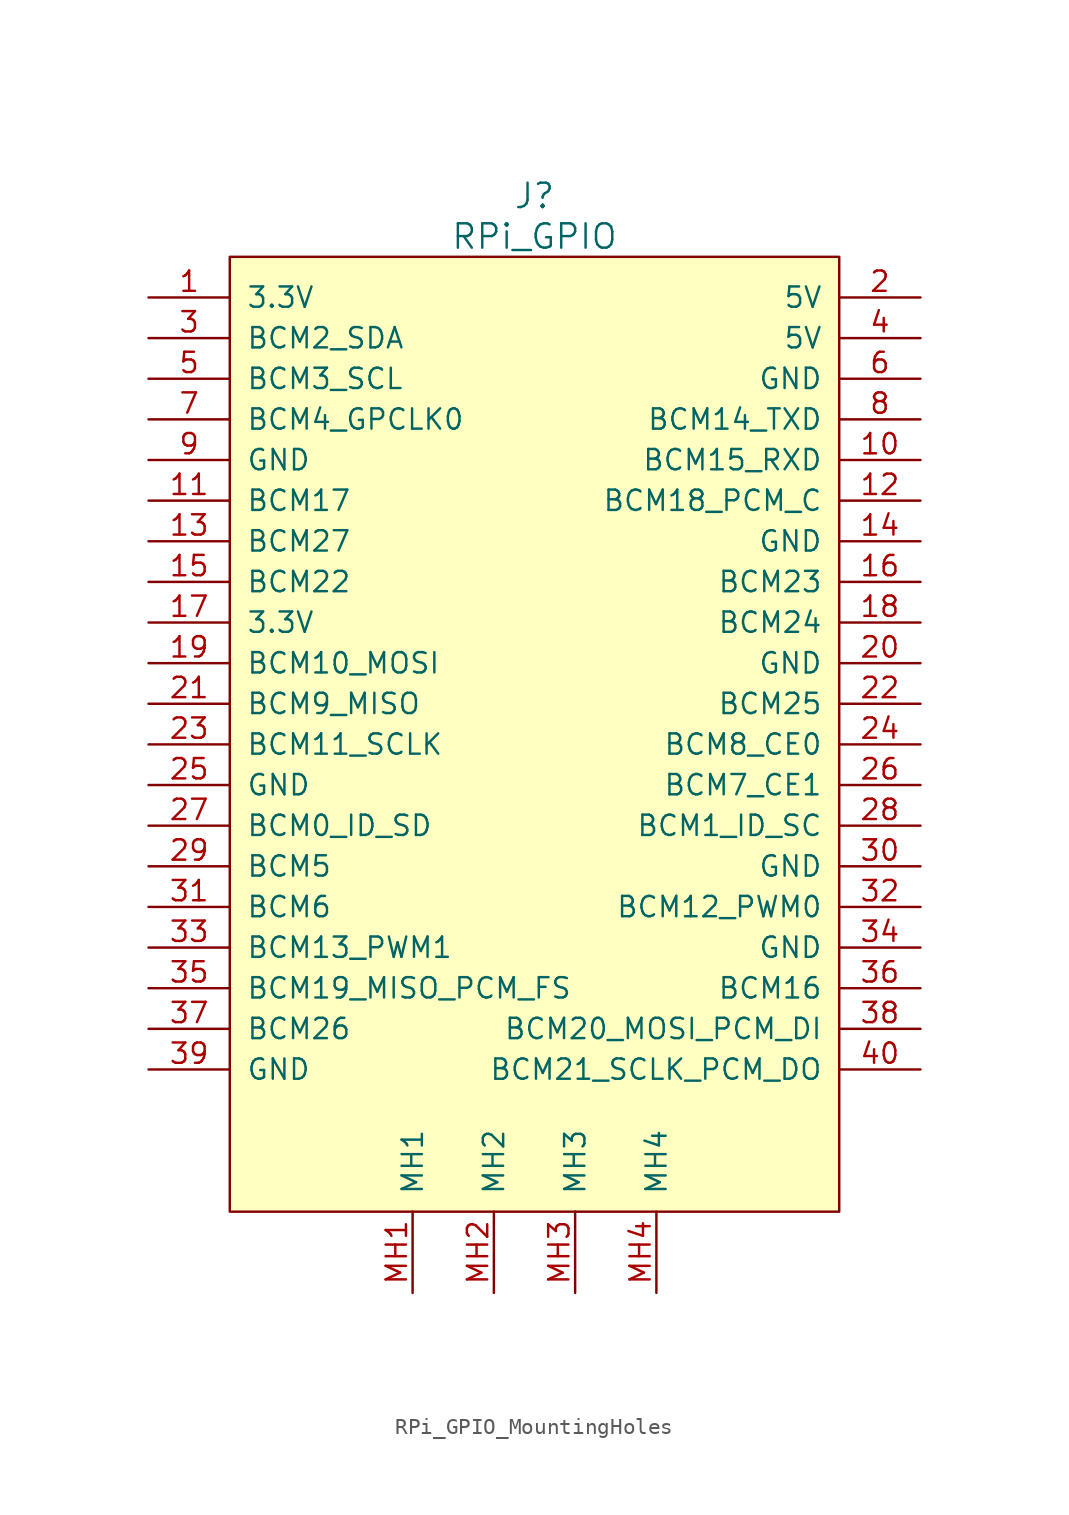
<source format=kicad_sym>
(kicad_symbol_lib
  (version 20231120)
  (generator "kicad_symbol_editor")
  (generator_version "8.0")
  (symbol "RPi_GPIO_MountingHoles"
    (pin_names
      (offset 1.016))
    (property "Reference" "J"
      (at 19.05 6.35 0)
      (effects (font (size 1.524 1.524))))
    (property "Value" "RPi_GPIO"
      (at 19.05 3.81 0)
      (effects (font (size 1.524 1.524))))
    (property "Footprint" ""
      (at 0 0 0)
      (effects (font (size 1.524 1.524))))
    (property "Datasheet" ""
      (at 0 0 0)
      (effects (font (size 1.524 1.524))))
    (symbol "RPi_GPIO_MountingHoles_1_1"
      (rectangle (start 0 2.54) (end 38.1 -57.15) (stroke (width 0) (type solid)) (fill (type background)))
      (pin power_in line (at -5.08 0 0) (length 5.08) (name "3.3V" (effects (font (size 1.27 1.27)))) (number "1" (effects (font (size 1.27 1.27)))))
      (pin bidirectional line (at 43.18 -10.16 180) (length 5.08) (name "BCM15_RXD" (effects (font (size 1.27 1.27)))) (number "10" (effects (font (size 1.27 1.27)))))
      (pin bidirectional line (at -5.08 -12.7 0) (length 5.08) (name "BCM17" (effects (font (size 1.27 1.27)))) (number "11" (effects (font (size 1.27 1.27)))))
      (pin bidirectional line (at 43.18 -12.7 180) (length 5.08) (name "BCM18_PCM_C" (effects (font (size 1.27 1.27)))) (number "12" (effects (font (size 1.27 1.27)))))
      (pin bidirectional line (at -5.08 -15.24 0) (length 5.08) (name "BCM27" (effects (font (size 1.27 1.27)))) (number "13" (effects (font (size 1.27 1.27)))))
      (pin power_in line (at 43.18 -15.24 180) (length 5.08) (name "GND" (effects (font (size 1.27 1.27)))) (number "14" (effects (font (size 1.27 1.27)))))
      (pin bidirectional line (at -5.08 -17.78 0) (length 5.08) (name "BCM22" (effects (font (size 1.27 1.27)))) (number "15" (effects (font (size 1.27 1.27)))))
      (pin bidirectional line (at 43.18 -17.78 180) (length 5.08) (name "BCM23" (effects (font (size 1.27 1.27)))) (number "16" (effects (font (size 1.27 1.27)))))
      (pin power_in line (at -5.08 -20.32 0) (length 5.08) (name "3.3V" (effects (font (size 1.27 1.27)))) (number "17" (effects (font (size 1.27 1.27)))))
      (pin bidirectional line (at 43.18 -20.32 180) (length 5.08) (name "BCM24" (effects (font (size 1.27 1.27)))) (number "18" (effects (font (size 1.27 1.27)))))
      (pin bidirectional line (at -5.08 -22.86 0) (length 5.08) (name "BCM10_MOSI" (effects (font (size 1.27 1.27)))) (number "19" (effects (font (size 1.27 1.27)))))
      (pin power_in line (at 43.18 0 180) (length 5.08) (name "5V" (effects (font (size 1.27 1.27)))) (number "2" (effects (font (size 1.27 1.27)))))
      (pin power_in line (at 43.18 -22.86 180) (length 5.08) (name "GND" (effects (font (size 1.27 1.27)))) (number "20" (effects (font (size 1.27 1.27)))))
      (pin bidirectional line (at -5.08 -25.4 0) (length 5.08) (name "BCM9_MISO" (effects (font (size 1.27 1.27)))) (number "21" (effects (font (size 1.27 1.27)))))
      (pin bidirectional line (at 43.18 -25.4 180) (length 5.08) (name "BCM25" (effects (font (size 1.27 1.27)))) (number "22" (effects (font (size 1.27 1.27)))))
      (pin bidirectional line (at -5.08 -27.94 0) (length 5.08) (name "BCM11_SCLK" (effects (font (size 1.27 1.27)))) (number "23" (effects (font (size 1.27 1.27)))))
      (pin bidirectional line (at 43.18 -27.94 180) (length 5.08) (name "BCM8_CE0" (effects (font (size 1.27 1.27)))) (number "24" (effects (font (size 1.27 1.27)))))
      (pin power_in line (at -5.08 -30.48 0) (length 5.08) (name "GND" (effects (font (size 1.27 1.27)))) (number "25" (effects (font (size 1.27 1.27)))))
      (pin bidirectional line (at 43.18 -30.48 180) (length 5.08) (name "BCM7_CE1" (effects (font (size 1.27 1.27)))) (number "26" (effects (font (size 1.27 1.27)))))
      (pin bidirectional line (at -5.08 -33.02 0) (length 5.08) (name "BCM0_ID_SD" (effects (font (size 1.27 1.27)))) (number "27" (effects (font (size 1.27 1.27)))))
      (pin bidirectional line (at 43.18 -33.02 180) (length 5.08) (name "BCM1_ID_SC" (effects (font (size 1.27 1.27)))) (number "28" (effects (font (size 1.27 1.27)))))
      (pin bidirectional line (at -5.08 -35.56 0) (length 5.08) (name "BCM5" (effects (font (size 1.27 1.27)))) (number "29" (effects (font (size 1.27 1.27)))))
      (pin bidirectional line (at -5.08 -2.54 0) (length 5.08) (name "BCM2_SDA" (effects (font (size 1.27 1.27)))) (number "3" (effects (font (size 1.27 1.27)))))
      (pin power_in line (at 43.18 -35.56 180) (length 5.08) (name "GND" (effects (font (size 1.27 1.27)))) (number "30" (effects (font (size 1.27 1.27)))))
      (pin bidirectional line (at -5.08 -38.1 0) (length 5.08) (name "BCM6" (effects (font (size 1.27 1.27)))) (number "31" (effects (font (size 1.27 1.27)))))
      (pin bidirectional line (at 43.18 -38.1 180) (length 5.08) (name "BCM12_PWM0" (effects (font (size 1.27 1.27)))) (number "32" (effects (font (size 1.27 1.27)))))
      (pin bidirectional line (at -5.08 -40.64 0) (length 5.08) (name "BCM13_PWM1" (effects (font (size 1.27 1.27)))) (number "33" (effects (font (size 1.27 1.27)))))
      (pin power_in line (at 43.18 -40.64 180) (length 5.08) (name "GND" (effects (font (size 1.27 1.27)))) (number "34" (effects (font (size 1.27 1.27)))))
      (pin bidirectional line (at -5.08 -43.18 0) (length 5.08) (name "BCM19_MISO_PCM_FS" (effects (font (size 1.27 1.27)))) (number "35" (effects (font (size 1.27 1.27)))))
      (pin bidirectional line (at 43.18 -43.18 180) (length 5.08) (name "BCM16" (effects (font (size 1.27 1.27)))) (number "36" (effects (font (size 1.27 1.27)))))
      (pin bidirectional line (at -5.08 -45.72 0) (length 5.08) (name "BCM26" (effects (font (size 1.27 1.27)))) (number "37" (effects (font (size 1.27 1.27)))))
      (pin bidirectional line (at 43.18 -45.72 180) (length 5.08) (name "BCM20_MOSI_PCM_DI" (effects (font (size 1.27 1.27)))) (number "38" (effects (font (size 1.27 1.27)))))
      (pin power_in line (at -5.08 -48.26 0) (length 5.08) (name "GND" (effects (font (size 1.27 1.27)))) (number "39" (effects (font (size 1.27 1.27)))))
      (pin power_in line (at 43.18 -2.54 180) (length 5.08) (name "5V" (effects (font (size 1.27 1.27)))) (number "4" (effects (font (size 1.27 1.27)))))
      (pin bidirectional line (at 43.18 -48.26 180) (length 5.08) (name "BCM21_SCLK_PCM_DO" (effects (font (size 1.27 1.27)))) (number "40" (effects (font (size 1.27 1.27)))))
      (pin bidirectional line (at -5.08 -5.08 0) (length 5.08) (name "BCM3_SCL" (effects (font (size 1.27 1.27)))) (number "5" (effects (font (size 1.27 1.27)))))
      (pin power_in line (at 43.18 -5.08 180) (length 5.08) (name "GND" (effects (font (size 1.27 1.27)))) (number "6" (effects (font (size 1.27 1.27)))))
      (pin bidirectional line (at -5.08 -7.62 0) (length 5.08) (name "BCM4_GPCLK0" (effects (font (size 1.27 1.27)))) (number "7" (effects (font (size 1.27 1.27)))))
      (pin bidirectional line (at 43.18 -7.62 180) (length 5.08) (name "BCM14_TXD" (effects (font (size 1.27 1.27)))) (number "8" (effects (font (size 1.27 1.27)))))
      (pin power_in line (at -5.08 -10.16 0) (length 5.08) (name "GND" (effects (font (size 1.27 1.27)))) (number "9" (effects (font (size 1.27 1.27)))))
      (pin bidirectional line (at 11.43 -62.23 90) (length 5.08) (name "MH1" (effects (font (size 1.27 1.27)))) (number "MH1" (effects (font (size 1.27 1.27)))))
      (pin bidirectional line (at 16.51 -62.23 90) (length 5.08) (name "MH2" (effects (font (size 1.27 1.27)))) (number "MH2" (effects (font (size 1.27 1.27)))))
      (pin bidirectional line (at 21.59 -62.23 90) (length 5.08) (name "MH3" (effects (font (size 1.27 1.27)))) (number "MH3" (effects (font (size 1.27 1.27)))))
      (pin bidirectional line (at 26.67 -62.23 90) (length 5.08) (name "MH4" (effects (font (size 1.27 1.27)))) (number "MH4" (effects (font (size 1.27 1.27))))))))
</source>
